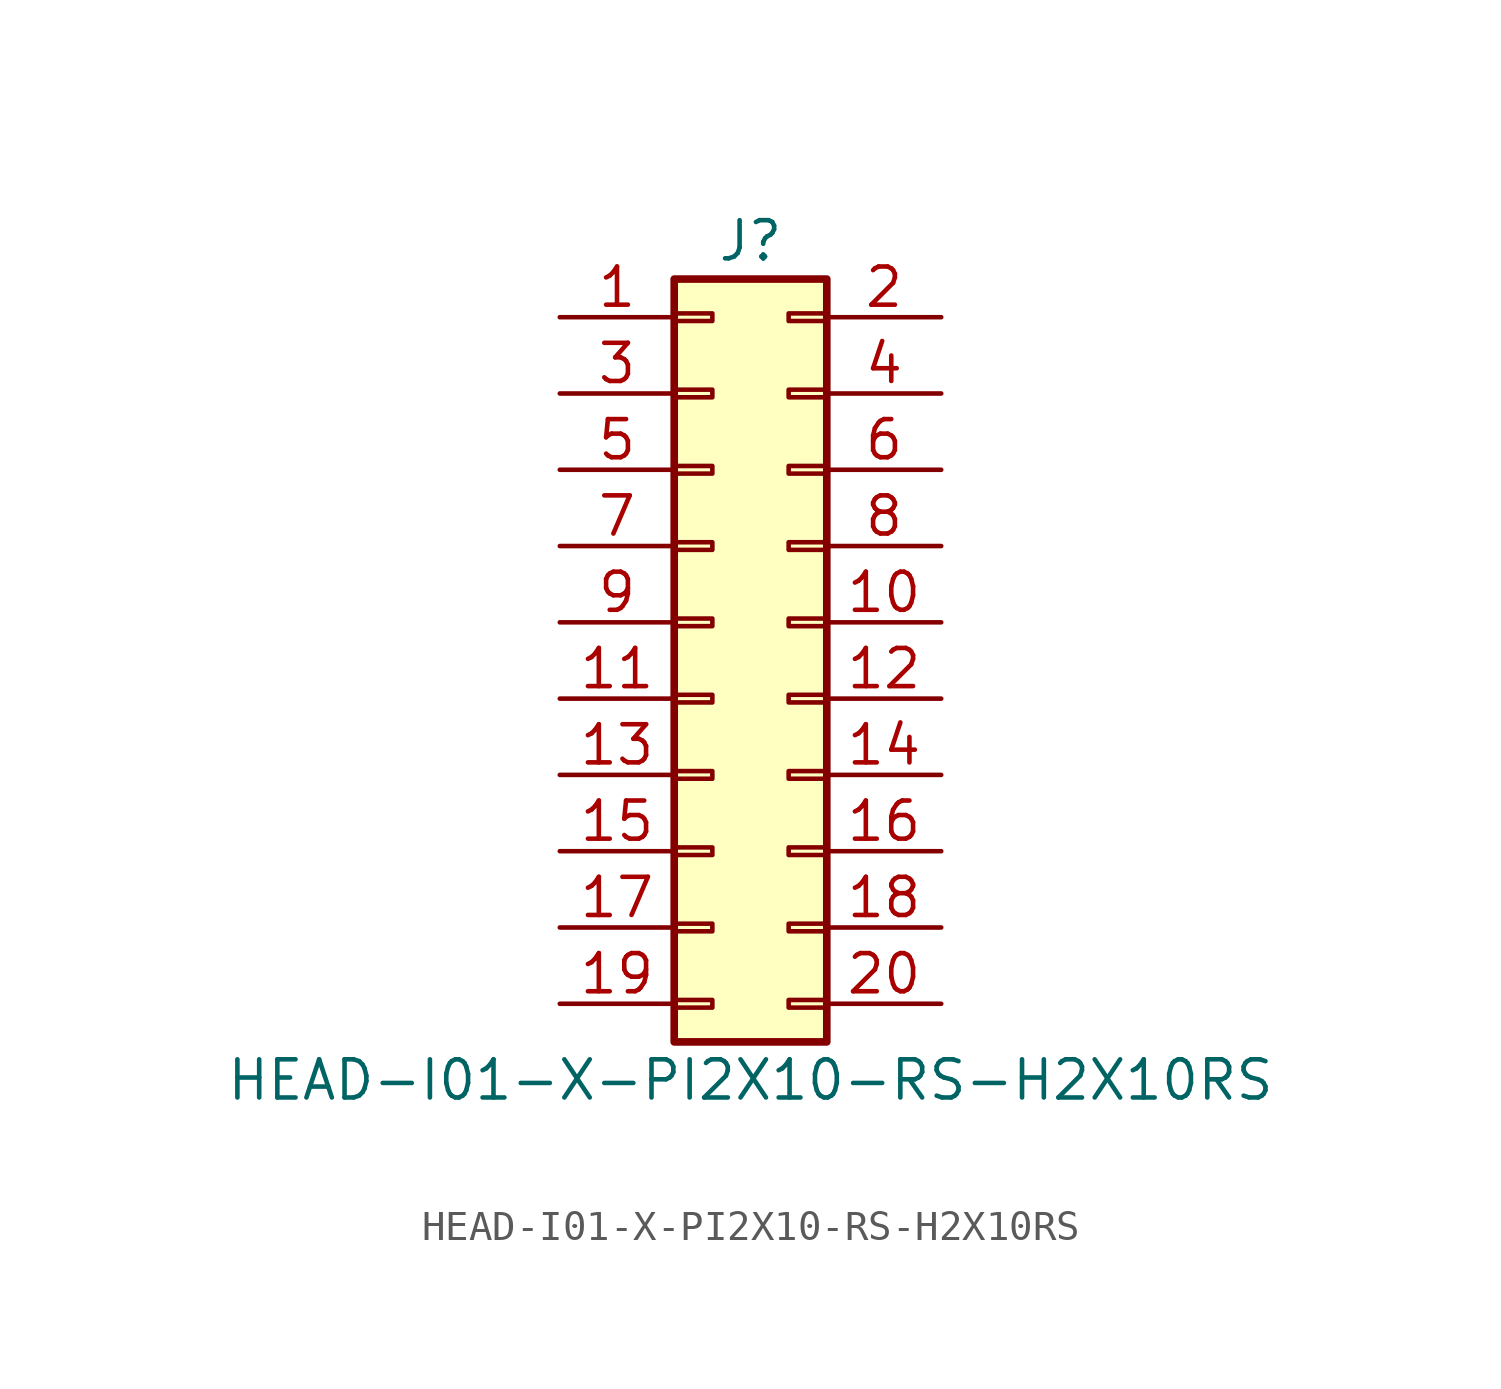
<source format=kicad_sym>
(kicad_symbol_lib
  (version 20211014)
  (generator kicad_symbol_editor)
  (symbol "HEAD-I01-X-PI2X10-RS-H2X10RS"
    (pin_names
      (offset 1.016) hide)
    (property "Reference" "J"
      (at 1.27 12.7 0)
      (effects (font (size 1.27 1.27))))
    (property "Value" "HEAD-I01-X-PI2X10-RS-H2X10RS"
      (at 1.27 -15.24 0)
      (effects (font (size 1.27 1.27))))
    (symbol "HEAD-I01-X-PI2X10-RS-H2X10RS_1_1"
      (rectangle (start -1.27 -12.573) (end 0 -12.827) (stroke (width 0.152) (type default) (color 0 0 0 0)) (fill (type none)))
      (rectangle (start -1.27 -10.033) (end 0 -10.287) (stroke (width 0.152) (type default) (color 0 0 0 0)) (fill (type none)))
      (rectangle (start -1.27 -7.493) (end 0 -7.747) (stroke (width 0.152) (type default) (color 0 0 0 0)) (fill (type none)))
      (rectangle (start -1.27 -4.953) (end 0 -5.207) (stroke (width 0.152) (type default) (color 0 0 0 0)) (fill (type none)))
      (rectangle (start -1.27 -2.413) (end 0 -2.667) (stroke (width 0.152) (type default) (color 0 0 0 0)) (fill (type none)))
      (rectangle (start -1.27 0.127) (end 0 -0.127) (stroke (width 0.152) (type default) (color 0 0 0 0)) (fill (type none)))
      (rectangle (start -1.27 2.667) (end 0 2.413) (stroke (width 0.152) (type default) (color 0 0 0 0)) (fill (type none)))
      (rectangle (start -1.27 5.207) (end 0 4.953) (stroke (width 0.152) (type default) (color 0 0 0 0)) (fill (type none)))
      (rectangle (start -1.27 7.747) (end 0 7.493) (stroke (width 0.152) (type default) (color 0 0 0 0)) (fill (type none)))
      (rectangle (start -1.27 10.287) (end 0 10.033) (stroke (width 0.152) (type default) (color 0 0 0 0)) (fill (type none)))
      (rectangle (start -1.27 11.43) (end 3.81 -13.97) (stroke (width 0.254) (type default) (color 0 0 0 0)) (fill (type background)))
      (rectangle (start 3.81 -12.573) (end 2.54 -12.827) (stroke (width 0.152) (type default) (color 0 0 0 0)) (fill (type none)))
      (rectangle (start 3.81 -10.033) (end 2.54 -10.287) (stroke (width 0.152) (type default) (color 0 0 0 0)) (fill (type none)))
      (rectangle (start 3.81 -7.493) (end 2.54 -7.747) (stroke (width 0.152) (type default) (color 0 0 0 0)) (fill (type none)))
      (rectangle (start 3.81 -4.953) (end 2.54 -5.207) (stroke (width 0.152) (type default) (color 0 0 0 0)) (fill (type none)))
      (rectangle (start 3.81 -2.413) (end 2.54 -2.667) (stroke (width 0.152) (type default) (color 0 0 0 0)) (fill (type none)))
      (rectangle (start 3.81 0.127) (end 2.54 -0.127) (stroke (width 0.152) (type default) (color 0 0 0 0)) (fill (type none)))
      (rectangle (start 3.81 2.667) (end 2.54 2.413) (stroke (width 0.152) (type default) (color 0 0 0 0)) (fill (type none)))
      (rectangle (start 3.81 5.207) (end 2.54 4.953) (stroke (width 0.152) (type default) (color 0 0 0 0)) (fill (type none)))
      (rectangle (start 3.81 7.747) (end 2.54 7.493) (stroke (width 0.152) (type default) (color 0 0 0 0)) (fill (type none)))
      (rectangle (start 3.81 10.287) (end 2.54 10.033) (stroke (width 0.152) (type default) (color 0 0 0 0)) (fill (type none)))
      (pin passive line (at -5.08 10.16 0) (length 3.81) (name "Pin_1" (effects (font (size 1.27 1.27)))) (number "1" (effects (font (size 1.27 1.27)))))
      (pin passive line (at 7.62 0 180) (length 3.81) (name "Pin_10" (effects (font (size 1.27 1.27)))) (number "10" (effects (font (size 1.27 1.27)))))
      (pin passive line (at -5.08 -2.54 0) (length 3.81) (name "Pin_11" (effects (font (size 1.27 1.27)))) (number "11" (effects (font (size 1.27 1.27)))))
      (pin passive line (at 7.62 -2.54 180) (length 3.81) (name "Pin_12" (effects (font (size 1.27 1.27)))) (number "12" (effects (font (size 1.27 1.27)))))
      (pin passive line (at -5.08 -5.08 0) (length 3.81) (name "Pin_13" (effects (font (size 1.27 1.27)))) (number "13" (effects (font (size 1.27 1.27)))))
      (pin passive line (at 7.62 -5.08 180) (length 3.81) (name "Pin_14" (effects (font (size 1.27 1.27)))) (number "14" (effects (font (size 1.27 1.27)))))
      (pin passive line (at -5.08 -7.62 0) (length 3.81) (name "Pin_15" (effects (font (size 1.27 1.27)))) (number "15" (effects (font (size 1.27 1.27)))))
      (pin passive line (at 7.62 -7.62 180) (length 3.81) (name "Pin_16" (effects (font (size 1.27 1.27)))) (number "16" (effects (font (size 1.27 1.27)))))
      (pin passive line (at -5.08 -10.16 0) (length 3.81) (name "Pin_17" (effects (font (size 1.27 1.27)))) (number "17" (effects (font (size 1.27 1.27)))))
      (pin passive line (at 7.62 -10.16 180) (length 3.81) (name "Pin_18" (effects (font (size 1.27 1.27)))) (number "18" (effects (font (size 1.27 1.27)))))
      (pin passive line (at -5.08 -12.7 0) (length 3.81) (name "Pin_19" (effects (font (size 1.27 1.27)))) (number "19" (effects (font (size 1.27 1.27)))))
      (pin passive line (at 7.62 10.16 180) (length 3.81) (name "Pin_2" (effects (font (size 1.27 1.27)))) (number "2" (effects (font (size 1.27 1.27)))))
      (pin passive line (at 7.62 -12.7 180) (length 3.81) (name "Pin_20" (effects (font (size 1.27 1.27)))) (number "20" (effects (font (size 1.27 1.27)))))
      (pin passive line (at -5.08 7.62 0) (length 3.81) (name "Pin_3" (effects (font (size 1.27 1.27)))) (number "3" (effects (font (size 1.27 1.27)))))
      (pin passive line (at 7.62 7.62 180) (length 3.81) (name "Pin_4" (effects (font (size 1.27 1.27)))) (number "4" (effects (font (size 1.27 1.27)))))
      (pin passive line (at -5.08 5.08 0) (length 3.81) (name "Pin_5" (effects (font (size 1.27 1.27)))) (number "5" (effects (font (size 1.27 1.27)))))
      (pin passive line (at 7.62 5.08 180) (length 3.81) (name "Pin_6" (effects (font (size 1.27 1.27)))) (number "6" (effects (font (size 1.27 1.27)))))
      (pin passive line (at -5.08 2.54 0) (length 3.81) (name "Pin_7" (effects (font (size 1.27 1.27)))) (number "7" (effects (font (size 1.27 1.27)))))
      (pin passive line (at 7.62 2.54 180) (length 3.81) (name "Pin_8" (effects (font (size 1.27 1.27)))) (number "8" (effects (font (size 1.27 1.27)))))
      (pin passive line (at -5.08 0 0) (length 3.81) (name "Pin_9" (effects (font (size 1.27 1.27)))) (number "9" (effects (font (size 1.27 1.27))))))))
</source>
